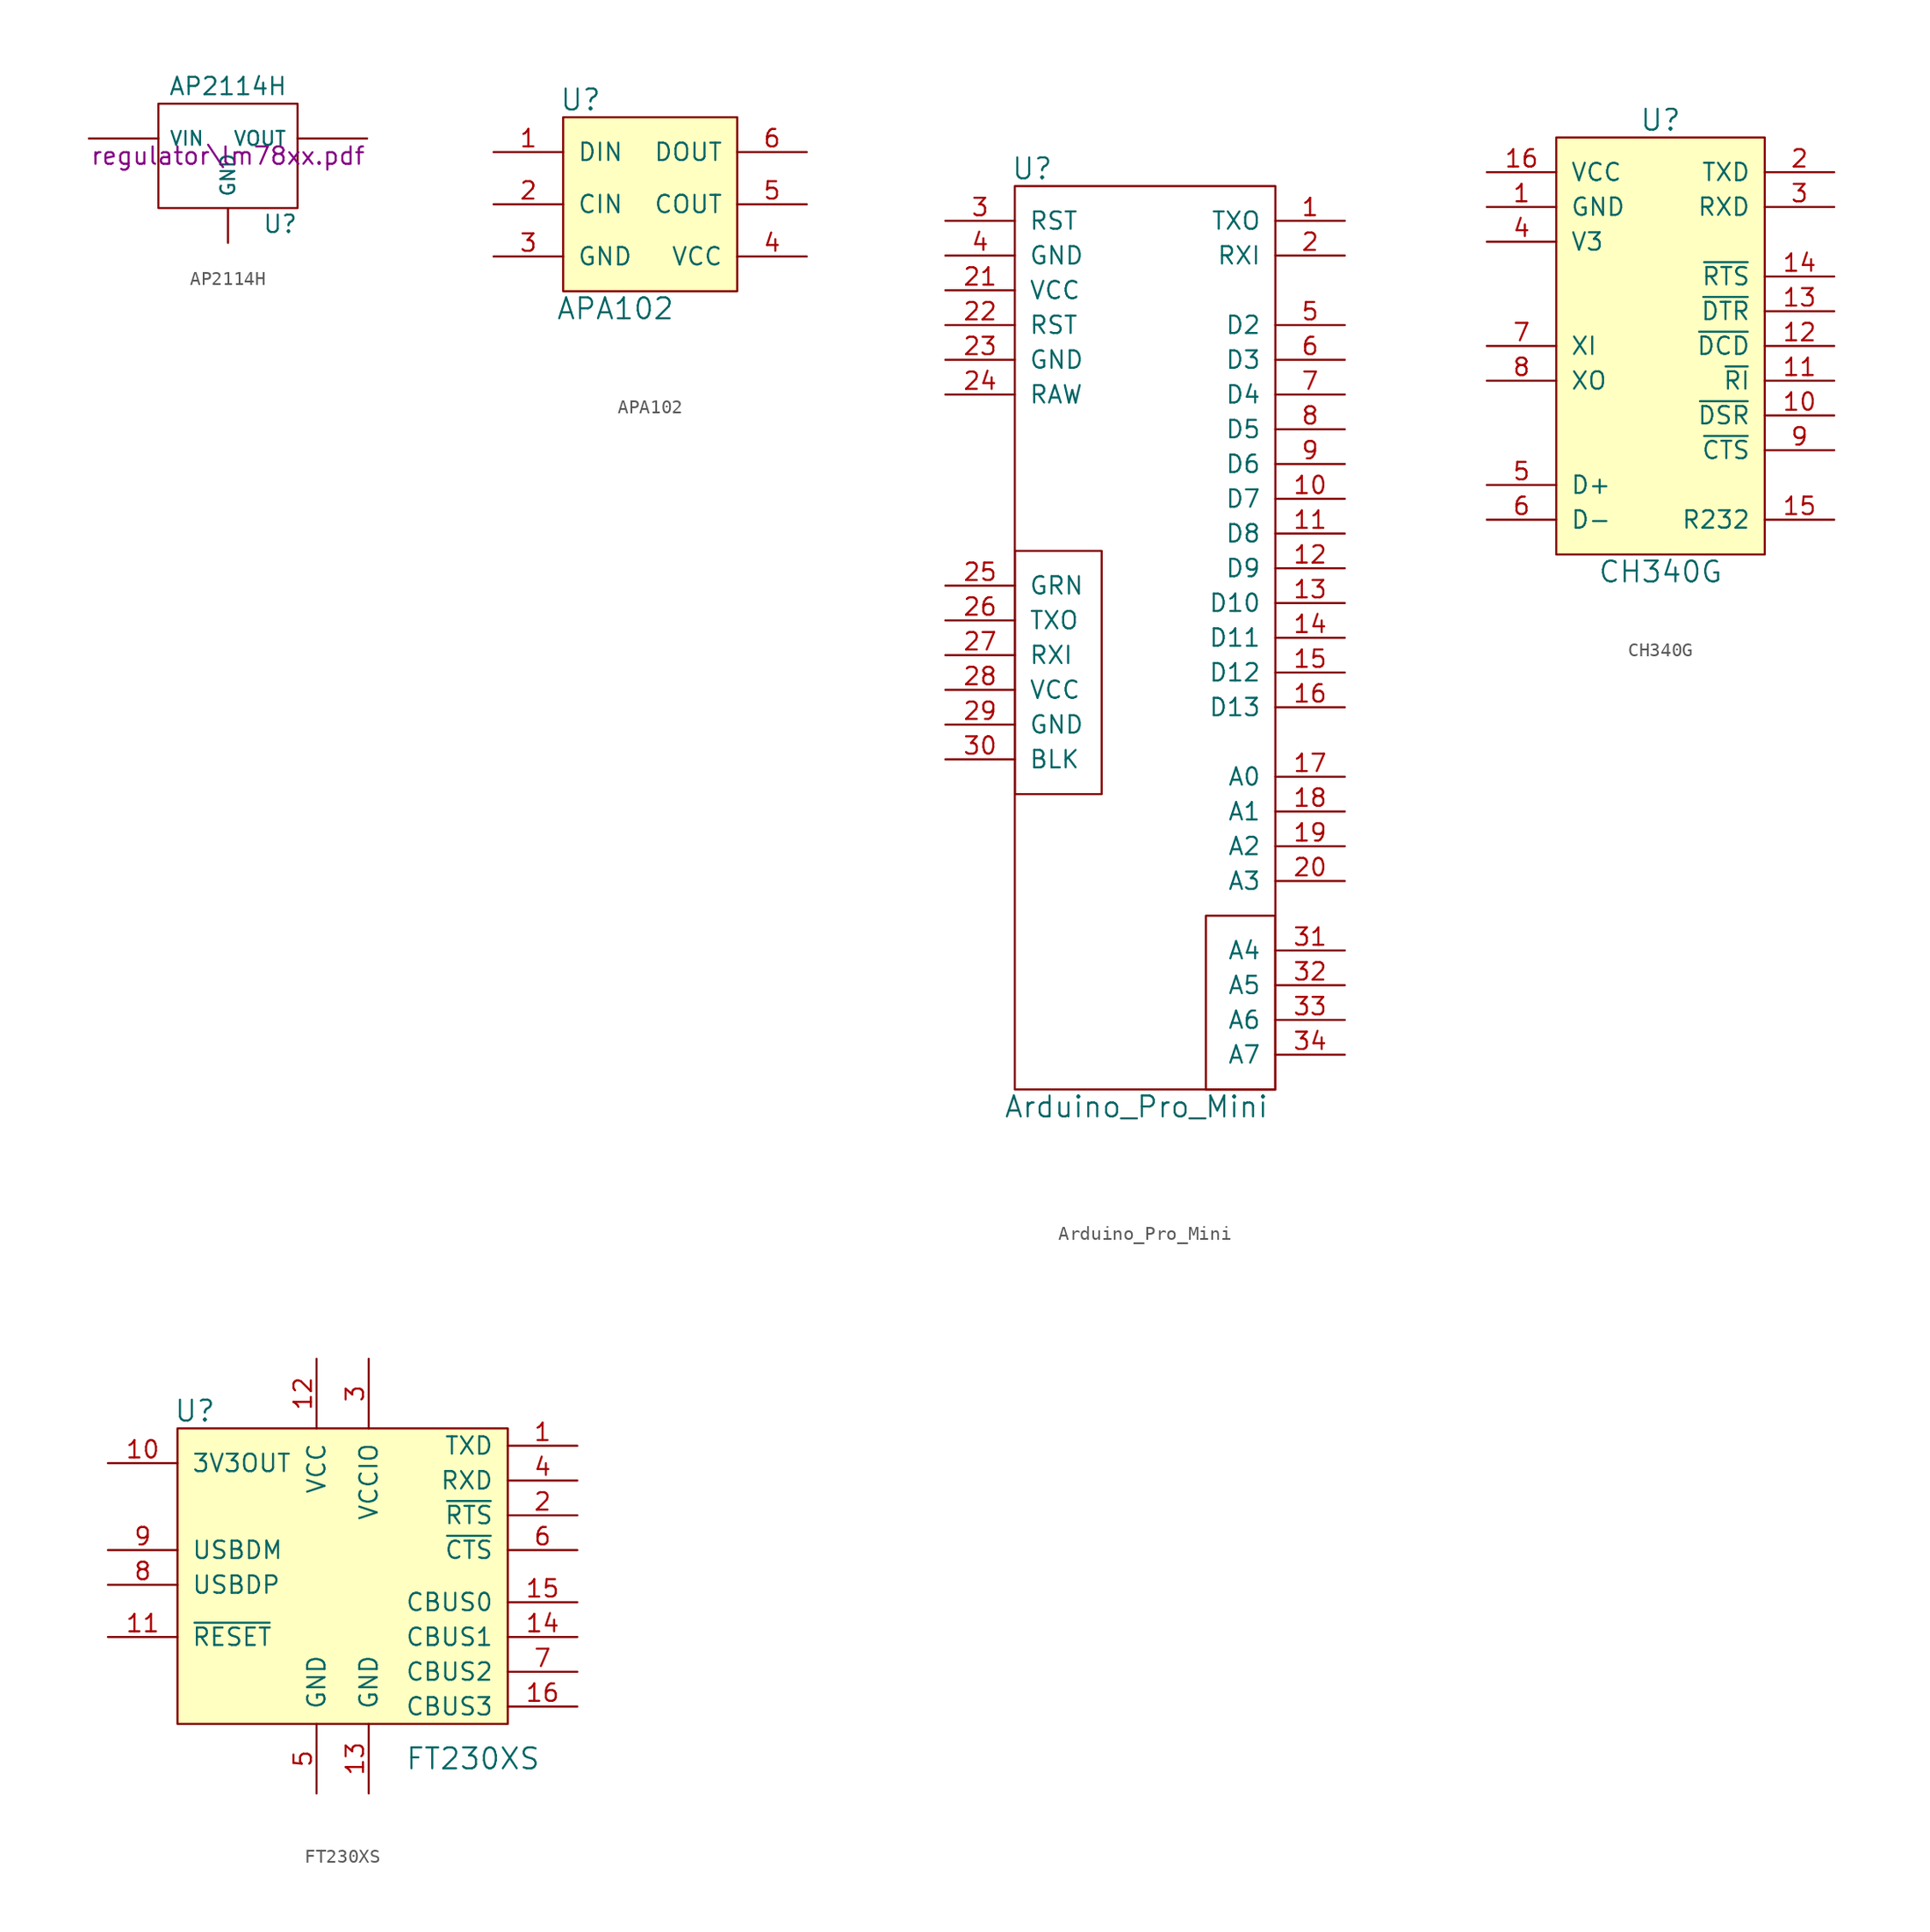
<source format=kicad_sym>
(kicad_symbol_lib
  (version 20231120)
  (generator "kicad_symbol_editor")
  (generator_version "8.0")
  (symbol "AP2114H"
    (pin_numbers hide)
    (pin_names
      (offset 0.762))
    (property "Reference" "U"
      (at 3.81 -4.978 0)
      (effects (font (size 1.27 1.27))))
    (property "Value" "AP2114H"
      (at 0 5.08 0)
      (effects (font (size 1.27 1.27))))
    (property "Footprint" ""
      (at 0 0 0)
      (effects (font (size 1.27 1.27))))
    (property "Datasheet" "regulator\\lm78xx.pdf"
      (at 0 0 0)
      (effects (font (size 1.27 1.27))))
    (symbol "AP2114H_0_1"
      (rectangle (start -5.08 -3.81) (end 5.08 3.81) (stroke (width 0) (type solid)) (fill (type none))))
    (symbol "AP2114H_1_1"
      (pin input line (at 0 -6.35 90) (length 2.54) (name "GND" (effects (font (size 1.016 1.016)))) (number "1" (effects (font (size 1.016 1.016)))))
      (pin power_out line (at 10.16 1.27 180) (length 5.08) (name "VOUT" (effects (font (size 1.016 1.016)))) (number "2" (effects (font (size 1.016 1.016)))))
      (pin input line (at -10.16 1.27 0) (length 5.08) (name "VIN" (effects (font (size 1.016 1.016)))) (number "3" (effects (font (size 1.016 1.016)))))))
  (symbol "APA102"
    (pin_names
      (offset 1.016))
    (property "Reference" "U"
      (at -5.08 7.62 0)
      (effects (font (size 1.524 1.524))))
    (property "Value" "APA102"
      (at -2.54 -7.62 0)
      (effects (font (size 1.524 1.524))))
    (property "Footprint" ""
      (at 0 -11.43 0)
      (effects (font (size 1.524 1.524))))
    (property "Datasheet" ""
      (at 0 -11.43 0)
      (effects (font (size 1.524 1.524))))
    (symbol "APA102_0_1"
      (rectangle (start -6.35 6.35) (end 6.35 -6.35) (stroke (width 0) (type solid)) (fill (type background))))
    (symbol "APA102_1_1"
      (pin input line (at -11.43 3.81 0) (length 5.08) (name "DIN" (effects (font (size 1.27 1.27)))) (number "1" (effects (font (size 1.27 1.27)))))
      (pin input line (at -11.43 0 0) (length 5.08) (name "CIN" (effects (font (size 1.27 1.27)))) (number "2" (effects (font (size 1.27 1.27)))))
      (pin power_in line (at -11.43 -3.81 0) (length 5.08) (name "GND" (effects (font (size 1.27 1.27)))) (number "3" (effects (font (size 1.27 1.27)))))
      (pin power_in line (at 11.43 -3.81 180) (length 5.08) (name "VCC" (effects (font (size 1.27 1.27)))) (number "4" (effects (font (size 1.27 1.27)))))
      (pin output line (at 11.43 0 180) (length 5.08) (name "COUT" (effects (font (size 1.27 1.27)))) (number "5" (effects (font (size 1.27 1.27)))))
      (pin output line (at 11.43 3.81 180) (length 5.08) (name "DOUT" (effects (font (size 1.27 1.27)))) (number "6" (effects (font (size 1.27 1.27)))))))
  (symbol "Arduino_Pro_Mini"
    (pin_names
      (offset 1.016))
    (property "Reference" "U"
      (at -7.62 19.05 0)
      (effects (font (size 1.524 1.524))))
    (property "Value" "Arduino_Pro_Mini"
      (at 0 -49.53 0)
      (effects (font (size 1.524 1.524))))
    (property "Footprint" ""
      (at 0 0 0)
      (effects (font (size 1.524 1.524))))
    (property "Datasheet" ""
      (at 0 0 0)
      (effects (font (size 1.524 1.524))))
    (symbol "Arduino_Pro_Mini_0_1"
      (rectangle (start -8.89 -8.89) (end -2.54 -26.67) (stroke (width 0) (type solid)) (fill (type none)))
      (rectangle (start -8.89 17.78) (end 10.16 -48.26) (stroke (width 0) (type solid)) (fill (type none)))
      (rectangle (start 10.16 -35.56) (end 5.08 -48.26) (stroke (width 0) (type solid)) (fill (type none))))
    (symbol "Arduino_Pro_Mini_1_1"
      (pin bidirectional line (at 15.24 15.24 180) (length 5.08) (name "TXO" (effects (font (size 1.27 1.27)))) (number "1" (effects (font (size 1.27 1.27)))))
      (pin bidirectional line (at 15.24 -5.08 180) (length 5.08) (name "D7" (effects (font (size 1.27 1.27)))) (number "10" (effects (font (size 1.27 1.27)))))
      (pin bidirectional line (at 15.24 -7.62 180) (length 5.08) (name "D8" (effects (font (size 1.27 1.27)))) (number "11" (effects (font (size 1.27 1.27)))))
      (pin bidirectional line (at 15.24 -10.16 180) (length 5.08) (name "D9" (effects (font (size 1.27 1.27)))) (number "12" (effects (font (size 1.27 1.27)))))
      (pin bidirectional line (at 15.24 -12.7 180) (length 5.08) (name "D10" (effects (font (size 1.27 1.27)))) (number "13" (effects (font (size 1.27 1.27)))))
      (pin bidirectional line (at 15.24 -15.24 180) (length 5.08) (name "D11" (effects (font (size 1.27 1.27)))) (number "14" (effects (font (size 1.27 1.27)))))
      (pin bidirectional line (at 15.24 -17.78 180) (length 5.08) (name "D12" (effects (font (size 1.27 1.27)))) (number "15" (effects (font (size 1.27 1.27)))))
      (pin bidirectional line (at 15.24 -20.32 180) (length 5.08) (name "D13" (effects (font (size 1.27 1.27)))) (number "16" (effects (font (size 1.27 1.27)))))
      (pin bidirectional line (at 15.24 -25.4 180) (length 5.08) (name "A0" (effects (font (size 1.27 1.27)))) (number "17" (effects (font (size 1.27 1.27)))))
      (pin bidirectional line (at 15.24 -27.94 180) (length 5.08) (name "A1" (effects (font (size 1.27 1.27)))) (number "18" (effects (font (size 1.27 1.27)))))
      (pin bidirectional line (at 15.24 -30.48 180) (length 5.08) (name "A2" (effects (font (size 1.27 1.27)))) (number "19" (effects (font (size 1.27 1.27)))))
      (pin bidirectional line (at 15.24 12.7 180) (length 5.08) (name "RXI" (effects (font (size 1.27 1.27)))) (number "2" (effects (font (size 1.27 1.27)))))
      (pin bidirectional line (at 15.24 -33.02 180) (length 5.08) (name "A3" (effects (font (size 1.27 1.27)))) (number "20" (effects (font (size 1.27 1.27)))))
      (pin power_in line (at -13.97 10.16 0) (length 5.08) (name "VCC" (effects (font (size 1.27 1.27)))) (number "21" (effects (font (size 1.27 1.27)))))
      (pin input line (at -13.97 7.62 0) (length 5.08) (name "RST" (effects (font (size 1.27 1.27)))) (number "22" (effects (font (size 1.27 1.27)))))
      (pin power_in line (at -13.97 5.08 0) (length 5.08) (name "GND" (effects (font (size 1.27 1.27)))) (number "23" (effects (font (size 1.27 1.27)))))
      (pin power_in line (at -13.97 2.54 0) (length 5.08) (name "RAW" (effects (font (size 1.27 1.27)))) (number "24" (effects (font (size 1.27 1.27)))))
      (pin bidirectional line (at -13.97 -11.43 0) (length 5.08) (name "GRN" (effects (font (size 1.27 1.27)))) (number "25" (effects (font (size 1.27 1.27)))))
      (pin bidirectional line (at -13.97 -13.97 0) (length 5.08) (name "TXO" (effects (font (size 1.27 1.27)))) (number "26" (effects (font (size 1.27 1.27)))))
      (pin bidirectional line (at -13.97 -16.51 0) (length 5.08) (name "RXI" (effects (font (size 1.27 1.27)))) (number "27" (effects (font (size 1.27 1.27)))))
      (pin power_in line (at -13.97 -19.05 0) (length 5.08) (name "VCC" (effects (font (size 1.27 1.27)))) (number "28" (effects (font (size 1.27 1.27)))))
      (pin power_in line (at -13.97 -21.59 0) (length 5.08) (name "GND" (effects (font (size 1.27 1.27)))) (number "29" (effects (font (size 1.27 1.27)))))
      (pin input line (at -13.97 15.24 0) (length 5.08) (name "RST" (effects (font (size 1.27 1.27)))) (number "3" (effects (font (size 1.27 1.27)))))
      (pin bidirectional line (at -13.97 -24.13 0) (length 5.08) (name "BLK" (effects (font (size 1.27 1.27)))) (number "30" (effects (font (size 1.27 1.27)))))
      (pin bidirectional line (at 15.24 -38.1 180) (length 5.08) (name "A4" (effects (font (size 1.27 1.27)))) (number "31" (effects (font (size 1.27 1.27)))))
      (pin bidirectional line (at 15.24 -40.64 180) (length 5.08) (name "A5" (effects (font (size 1.27 1.27)))) (number "32" (effects (font (size 1.27 1.27)))))
      (pin bidirectional line (at 15.24 -43.18 180) (length 5.08) (name "A6" (effects (font (size 1.27 1.27)))) (number "33" (effects (font (size 1.27 1.27)))))
      (pin bidirectional line (at 15.24 -45.72 180) (length 5.08) (name "A7" (effects (font (size 1.27 1.27)))) (number "34" (effects (font (size 1.27 1.27)))))
      (pin power_in line (at -13.97 12.7 0) (length 5.08) (name "GND" (effects (font (size 1.27 1.27)))) (number "4" (effects (font (size 1.27 1.27)))))
      (pin bidirectional line (at 15.24 7.62 180) (length 5.08) (name "D2" (effects (font (size 1.27 1.27)))) (number "5" (effects (font (size 1.27 1.27)))))
      (pin bidirectional line (at 15.24 5.08 180) (length 5.08) (name "D3" (effects (font (size 1.27 1.27)))) (number "6" (effects (font (size 1.27 1.27)))))
      (pin bidirectional line (at 15.24 2.54 180) (length 5.08) (name "D4" (effects (font (size 1.27 1.27)))) (number "7" (effects (font (size 1.27 1.27)))))
      (pin bidirectional line (at 15.24 0 180) (length 5.08) (name "D5" (effects (font (size 1.27 1.27)))) (number "8" (effects (font (size 1.27 1.27)))))
      (pin bidirectional line (at 15.24 -2.54 180) (length 5.08) (name "D6" (effects (font (size 1.27 1.27)))) (number "9" (effects (font (size 1.27 1.27)))))))
  (symbol "CH340G"
    (pin_names
      (offset 1.016))
    (property "Reference" "U"
      (at 0 10.16 0)
      (effects (font (size 1.524 1.524))))
    (property "Value" "CH340G"
      (at 0 -22.86 0)
      (effects (font (size 1.524 1.524))))
    (symbol "CH340G_0_1"
      (rectangle (start -7.62 8.89) (end 7.62 -21.59) (stroke (width 0) (type solid)) (fill (type background))))
    (symbol "CH340G_1_1"
      (pin power_in line (at -12.7 3.81 0) (length 5.08) (name "GND" (effects (font (size 1.27 1.27)))) (number "1" (effects (font (size 1.27 1.27)))))
      (pin bidirectional line (at 12.7 -11.43 180) (length 5.08) (name "~{DSR}" (effects (font (size 1.27 1.27)))) (number "10" (effects (font (size 1.27 1.27)))))
      (pin bidirectional line (at 12.7 -8.89 180) (length 5.08) (name "~{RI}" (effects (font (size 1.27 1.27)))) (number "11" (effects (font (size 1.27 1.27)))))
      (pin bidirectional line (at 12.7 -6.35 180) (length 5.08) (name "~{DCD}" (effects (font (size 1.27 1.27)))) (number "12" (effects (font (size 1.27 1.27)))))
      (pin bidirectional line (at 12.7 -3.81 180) (length 5.08) (name "~{DTR}" (effects (font (size 1.27 1.27)))) (number "13" (effects (font (size 1.27 1.27)))))
      (pin bidirectional line (at 12.7 -1.27 180) (length 5.08) (name "~{RTS}" (effects (font (size 1.27 1.27)))) (number "14" (effects (font (size 1.27 1.27)))))
      (pin bidirectional line (at 12.7 -19.05 180) (length 5.08) (name "R232" (effects (font (size 1.27 1.27)))) (number "15" (effects (font (size 1.27 1.27)))))
      (pin power_in line (at -12.7 6.35 0) (length 5.08) (name "VCC" (effects (font (size 1.27 1.27)))) (number "16" (effects (font (size 1.27 1.27)))))
      (pin output line (at 12.7 6.35 180) (length 5.08) (name "TXD" (effects (font (size 1.27 1.27)))) (number "2" (effects (font (size 1.27 1.27)))))
      (pin input line (at 12.7 3.81 180) (length 5.08) (name "RXD" (effects (font (size 1.27 1.27)))) (number "3" (effects (font (size 1.27 1.27)))))
      (pin power_out line (at -12.7 1.27 0) (length 5.08) (name "V3" (effects (font (size 1.27 1.27)))) (number "4" (effects (font (size 1.27 1.27)))))
      (pin bidirectional line (at -12.7 -16.51 0) (length 5.08) (name "D+" (effects (font (size 1.27 1.27)))) (number "5" (effects (font (size 1.27 1.27)))))
      (pin bidirectional line (at -12.7 -19.05 0) (length 5.08) (name "D-" (effects (font (size 1.27 1.27)))) (number "6" (effects (font (size 1.27 1.27)))))
      (pin bidirectional line (at -12.7 -6.35 0) (length 5.08) (name "XI" (effects (font (size 1.27 1.27)))) (number "7" (effects (font (size 1.27 1.27)))))
      (pin bidirectional line (at -12.7 -8.89 0) (length 5.08) (name "XO" (effects (font (size 1.27 1.27)))) (number "8" (effects (font (size 1.27 1.27)))))
      (pin bidirectional line (at 12.7 -13.97 180) (length 5.08) (name "~{CTS}" (effects (font (size 1.27 1.27)))) (number "9" (effects (font (size 1.27 1.27)))))))
  (symbol "FT230XS"
    (pin_names
      (offset 1.016))
    (property "Reference" "U"
      (at -13.97 8.89 0)
      (effects (font (size 1.524 1.524))))
    (property "Value" "FT230XS"
      (at 6.35 -16.51 0)
      (effects (font (size 1.524 1.524))))
    (symbol "FT230XS_0_1"
      (rectangle (start -15.24 7.62) (end 8.89 -13.97) (stroke (width 0) (type solid)) (fill (type background))))
    (symbol "FT230XS_1_1"
      (pin output line (at 13.97 6.35 180) (length 5.08) (name "TXD" (effects (font (size 1.27 1.27)))) (number "1" (effects (font (size 1.27 1.27)))))
      (pin power_out line (at -20.32 5.08 0) (length 5.08) (name "3V3OUT" (effects (font (size 1.27 1.27)))) (number "10" (effects (font (size 1.27 1.27)))))
      (pin input line (at -20.32 -7.62 0) (length 5.08) (name "~{RESET}" (effects (font (size 1.27 1.27)))) (number "11" (effects (font (size 1.27 1.27)))))
      (pin power_in line (at -5.08 12.7 270) (length 5.08) (name "VCC" (effects (font (size 1.27 1.27)))) (number "12" (effects (font (size 1.27 1.27)))))
      (pin power_in line (at -1.27 -19.05 90) (length 5.08) (name "GND" (effects (font (size 1.27 1.27)))) (number "13" (effects (font (size 1.27 1.27)))))
      (pin bidirectional line (at 13.97 -7.62 180) (length 5.08) (name "CBUS1" (effects (font (size 1.27 1.27)))) (number "14" (effects (font (size 1.27 1.27)))))
      (pin bidirectional line (at 13.97 -5.08 180) (length 5.08) (name "CBUS0" (effects (font (size 1.27 1.27)))) (number "15" (effects (font (size 1.27 1.27)))))
      (pin bidirectional line (at 13.97 -12.7 180) (length 5.08) (name "CBUS3" (effects (font (size 1.27 1.27)))) (number "16" (effects (font (size 1.27 1.27)))))
      (pin bidirectional line (at 13.97 1.27 180) (length 5.08) (name "~{RTS}" (effects (font (size 1.27 1.27)))) (number "2" (effects (font (size 1.27 1.27)))))
      (pin power_in line (at -1.27 12.7 270) (length 5.08) (name "VCCIO" (effects (font (size 1.27 1.27)))) (number "3" (effects (font (size 1.27 1.27)))))
      (pin input line (at 13.97 3.81 180) (length 5.08) (name "RXD" (effects (font (size 1.27 1.27)))) (number "4" (effects (font (size 1.27 1.27)))))
      (pin power_in line (at -5.08 -19.05 90) (length 5.08) (name "GND" (effects (font (size 1.27 1.27)))) (number "5" (effects (font (size 1.27 1.27)))))
      (pin bidirectional line (at 13.97 -1.27 180) (length 5.08) (name "~{CTS}" (effects (font (size 1.27 1.27)))) (number "6" (effects (font (size 1.27 1.27)))))
      (pin bidirectional line (at 13.97 -10.16 180) (length 5.08) (name "CBUS2" (effects (font (size 1.27 1.27)))) (number "7" (effects (font (size 1.27 1.27)))))
      (pin bidirectional line (at -20.32 -3.81 0) (length 5.08) (name "USBDP" (effects (font (size 1.27 1.27)))) (number "8" (effects (font (size 1.27 1.27)))))
      (pin bidirectional line (at -20.32 -1.27 0) (length 5.08) (name "USBDM" (effects (font (size 1.27 1.27)))) (number "9" (effects (font (size 1.27 1.27))))))))
</source>
